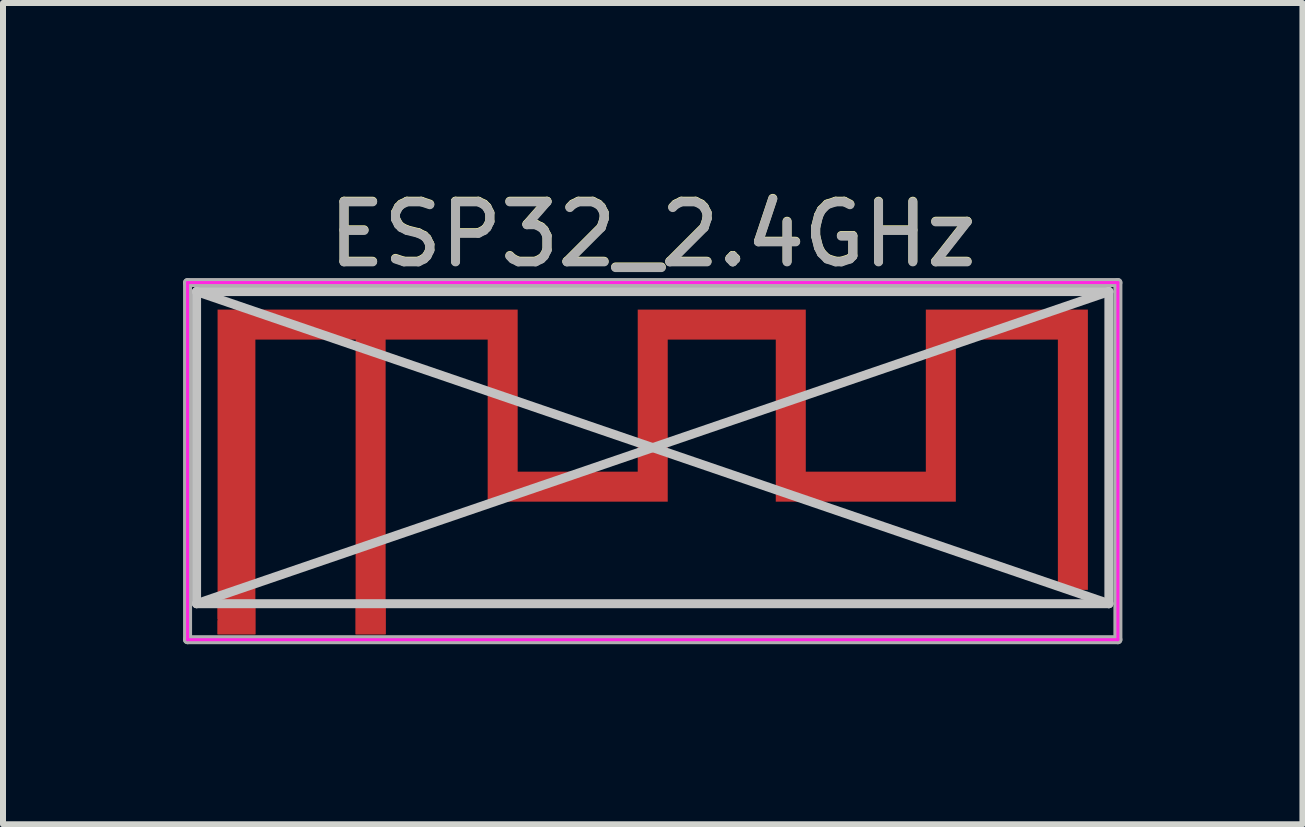
<source format=kicad_pcb>
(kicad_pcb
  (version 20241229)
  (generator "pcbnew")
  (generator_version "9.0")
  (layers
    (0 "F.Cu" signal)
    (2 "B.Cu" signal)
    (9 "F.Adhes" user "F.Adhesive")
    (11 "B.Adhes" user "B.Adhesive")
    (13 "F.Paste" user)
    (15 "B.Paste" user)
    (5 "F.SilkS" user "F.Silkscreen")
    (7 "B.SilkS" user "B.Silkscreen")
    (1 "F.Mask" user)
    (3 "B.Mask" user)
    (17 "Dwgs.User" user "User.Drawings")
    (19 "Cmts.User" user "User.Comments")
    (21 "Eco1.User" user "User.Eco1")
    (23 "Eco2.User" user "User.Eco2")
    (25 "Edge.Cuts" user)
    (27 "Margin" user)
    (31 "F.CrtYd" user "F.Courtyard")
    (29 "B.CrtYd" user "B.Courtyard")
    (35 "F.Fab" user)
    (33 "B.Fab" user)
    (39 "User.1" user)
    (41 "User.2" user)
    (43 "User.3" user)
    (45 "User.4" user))
  (footprint "ESP32_2.4GHz"
    (layer "F.Cu")
    (at 3.275 7.258)
    (property "Reference" "ESP32_2.4GHz" (at 4.55 -6.41 0) (layer "F.SilkS") (effects (font (size 1 1) (thickness 0.15))))
    (attr exclude_from_pos_files exclude_from_bom)
    (fp_poly (pts (xy 2.3 -2.45) (xy 4.3 -2.45) (xy 4.3 -5.15) (xy 7.1 -5.15) (xy 7.1 -2.45) (xy 9.1 -2.45) (xy 9.1 -5.15) (xy 11.8 -5.15) (xy 11.8 -0.48) (xy 11.3 -0.48) (xy 11.3 -4.65) (xy 9.6 -4.65) (xy 9.6 -1.95) (xy 6.6 -1.95) (xy 6.6 -4.65) (xy 4.8 -4.65) (xy 4.8 -1.95) (xy 1.8 -1.95) (xy 1.8 -4.65) (xy 0.1 -4.65) (xy 0.1 0.26) (xy -0.4 0.26) (xy -0.4 -4.65) (xy -2.07 -4.65) (xy -2.07 0.26) (xy -2.7 0.26) (xy -2.7 0.007) (xy -2.398 0.007) (xy -2.388 0.054) (xy -2.364 0.097) (xy -2.326 0.13) (xy -2.318 0.134) (xy -2.275 0.146) (xy -2.227 0.145) (xy -2.181 0.132) (xy -2.163 0.122) (xy -2.129 0.087) (xy -2.108 0.041) (xy -2.102 -0.008) (xy -2.11 -0.056) (xy -2.127 -0.089) (xy -2.162 -0.121) (xy -2.208 -0.141) (xy -2.257 -0.148) (xy -2.305 -0.14) (xy -2.338 -0.123) (xy -2.373 -0.086) (xy -2.393 -0.042) (xy -2.398 0.007) (xy -2.7 0.028) (xy -2.7 -5.15) (xy 2.3 -5.15) (xy 2.3 -2.51)) (stroke (width 0) (type solid)) (fill yes) (layer "F.Cu"))
    (fp_line (start -3.05 -5.45) (end 12.15 -5.45) (stroke (width 0.15) (type solid)) (layer "Dwgs.User"))
    (fp_line (start -3.05 -5.45) (end 12.15 -0.25) (stroke (width 0.15) (type solid)) (layer "Dwgs.User"))
    (fp_line (start -3.05 -0.25) (end -3.05 -5.45) (stroke (width 0.15) (type solid)) (layer "Dwgs.User"))
    (fp_line (start -3.05 -0.25) (end 12.15 -5.45) (stroke (width 0.15) (type solid)) (layer "Dwgs.User"))
    (fp_line (start -3.05 -0.25) (end 12.15 -0.25) (stroke (width 0.15) (type solid)) (layer "Dwgs.User"))
    (fp_line (start 12.15 -0.25) (end 12.15 -5.45) (stroke (width 0.15) (type solid)) (layer "Dwgs.User"))
    (fp_line (start -3.2 -5.6) (end 12.3 -5.6) (stroke (width 0.05) (type solid)) (layer "F.CrtYd"))
    (fp_line (start -3.2 0.35) (end -3.2 -5.6) (stroke (width 0.05) (type solid)) (layer "F.CrtYd"))
    (fp_line (start 12.3 -5.6) (end 12.3 0.35) (stroke (width 0.05) (type solid)) (layer "F.CrtYd"))
    (fp_line (start 12.3 0.35) (end -3.2 0.35) (stroke (width 0.05) (type solid)) (layer "F.CrtYd"))
    (fp_line (start -3.2 -5.6) (end 12.3 -5.6) (stroke (width 0.15) (type solid)) (layer "F.Fab"))
    (fp_line (start -3.2 0.35) (end -3.2 -5.6) (stroke (width 0.15) (type solid)) (layer "F.Fab"))
    (fp_line (start 12.3 -5.6) (end 12.3 0.35) (stroke (width 0.15) (type solid)) (layer "F.Fab"))
    (fp_line (start 12.3 0.35) (end -3.2 0.35) (stroke (width 0.15) (type solid)) (layer "F.Fab"))
    (fp_text user "${REFERENCE}" (at 4.55 -6.4 0) (layer "F.Fab") (effects (font (size 1 1) (thickness 0.15))))
    (pad "1" connect rect (at -0.15 0.01) (size 0.5 0.5) (layers "F.Cu"))
    (pad "2" smd rect (at -2.385 0.01) (size 0.63 0.5) (layers "F.Cu" "F.Mask")))
  (gr_rect
    (start -3 -3)
    (end 18.65 10.683)
    (stroke (width 0.1) (type default))
    (fill no)
    (layer "Edge.Cuts")))
</source>
